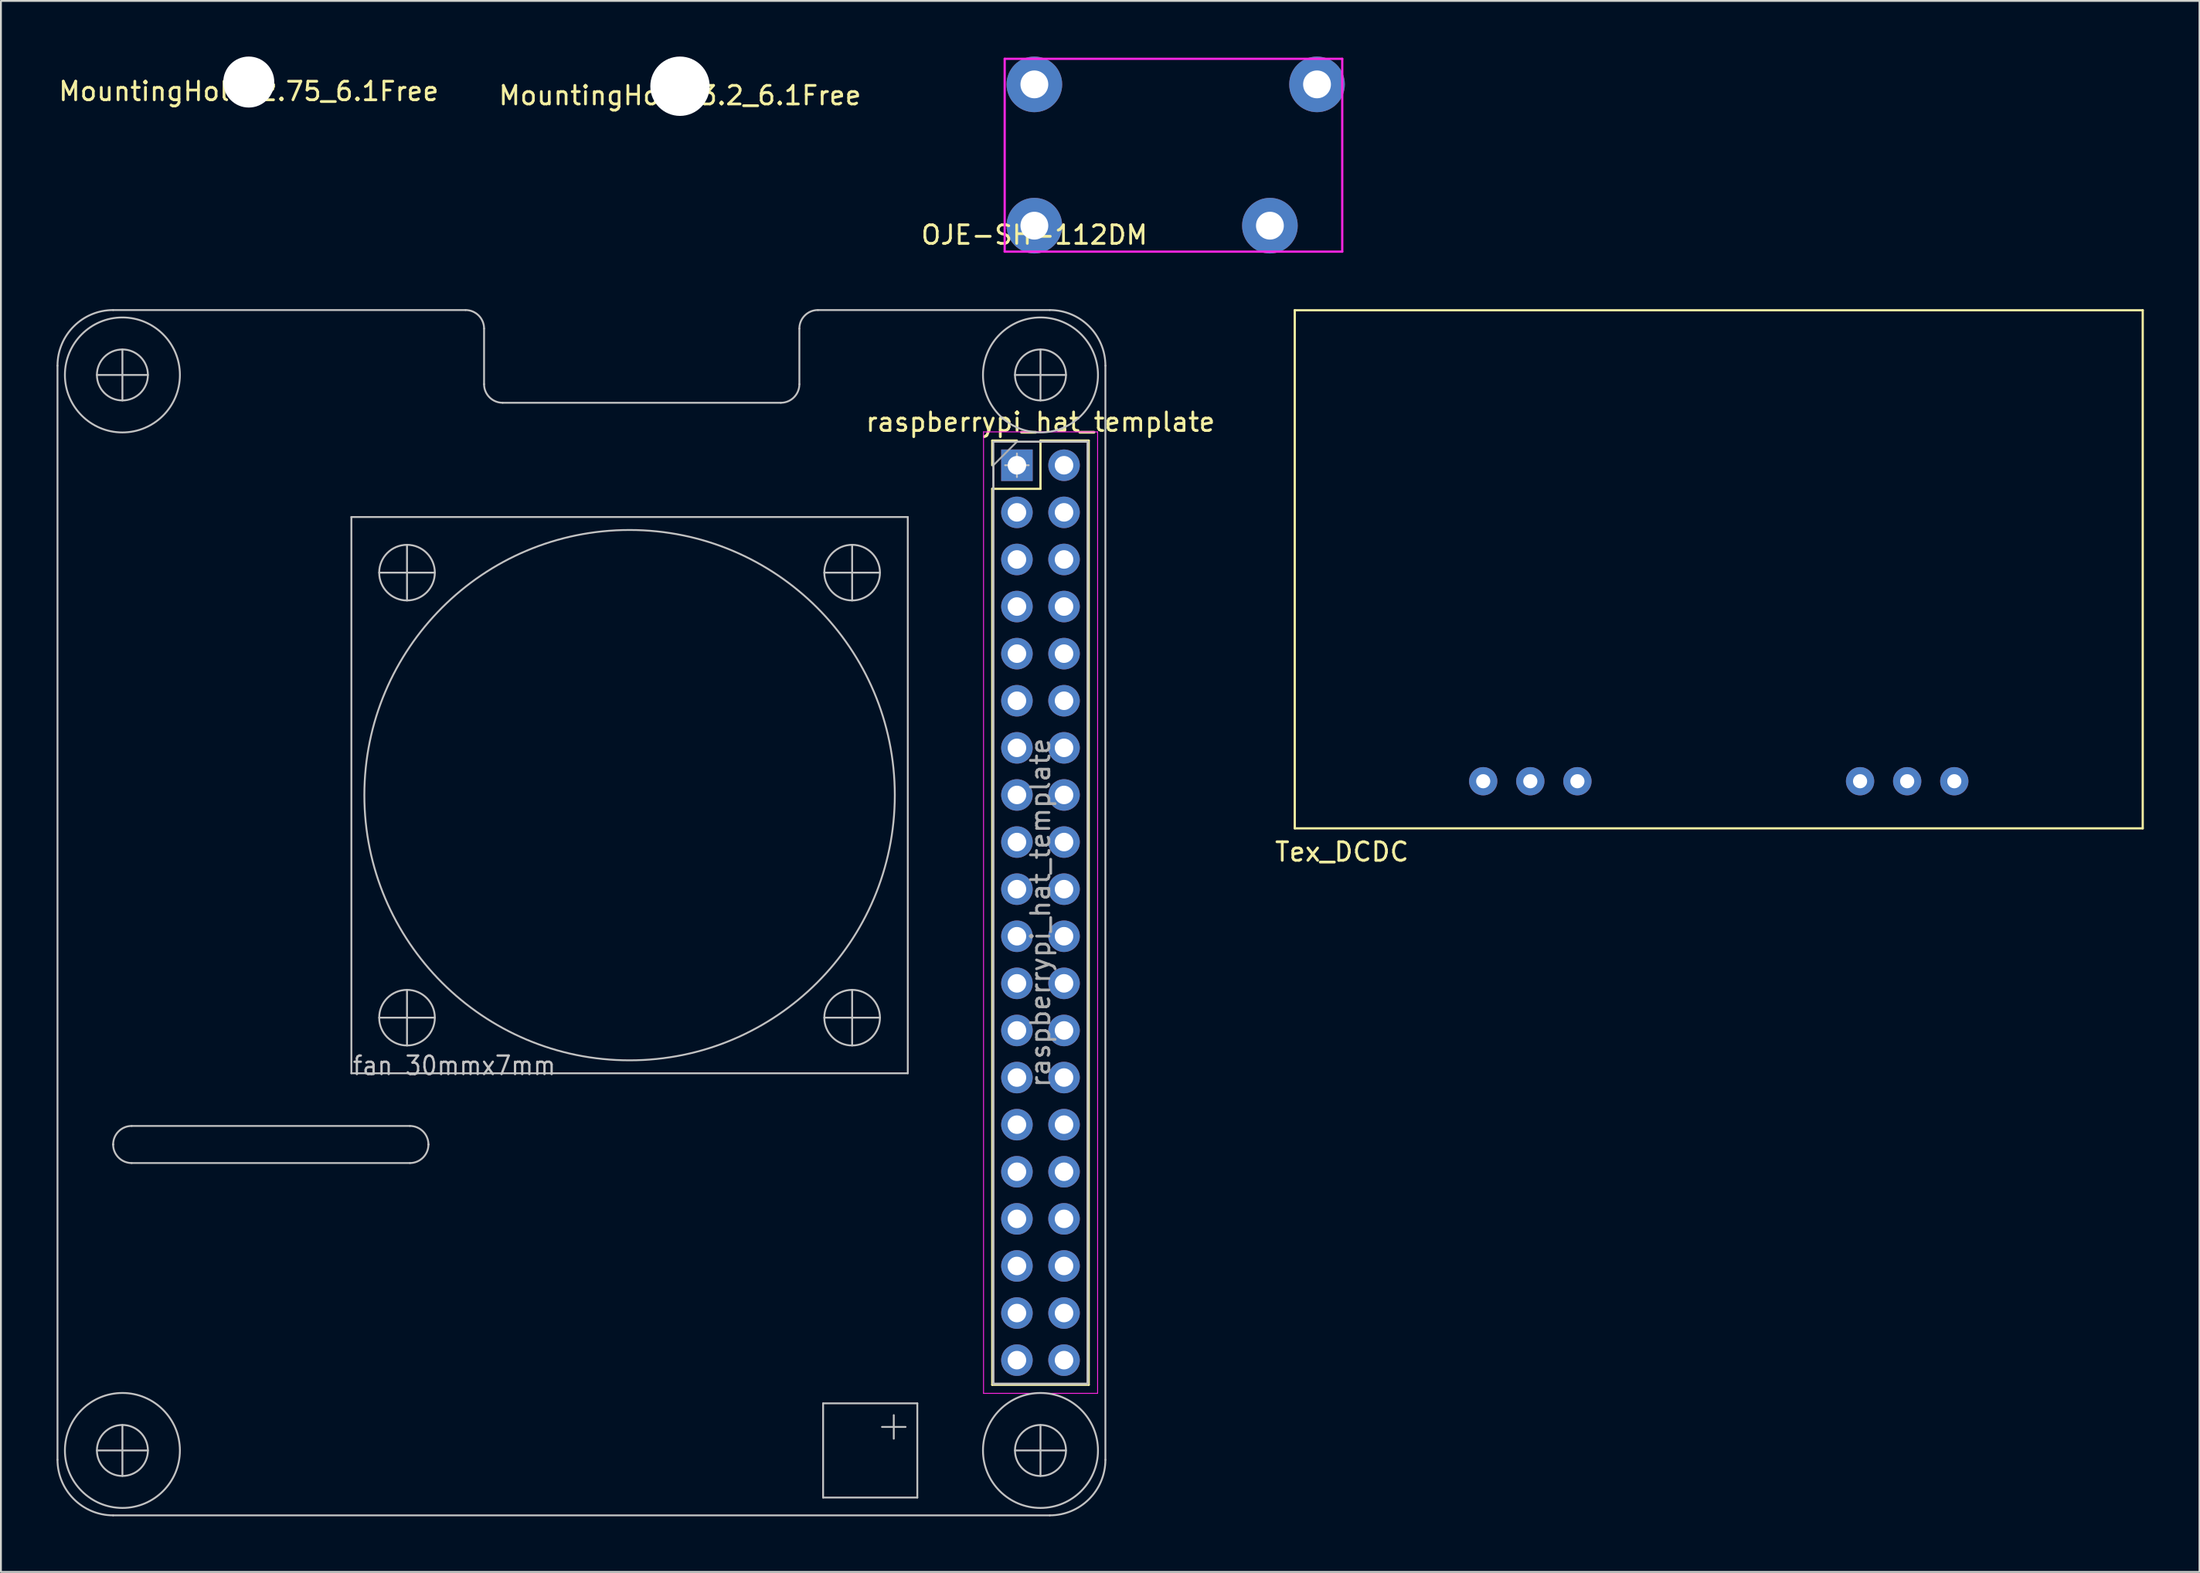
<source format=kicad_pcb>
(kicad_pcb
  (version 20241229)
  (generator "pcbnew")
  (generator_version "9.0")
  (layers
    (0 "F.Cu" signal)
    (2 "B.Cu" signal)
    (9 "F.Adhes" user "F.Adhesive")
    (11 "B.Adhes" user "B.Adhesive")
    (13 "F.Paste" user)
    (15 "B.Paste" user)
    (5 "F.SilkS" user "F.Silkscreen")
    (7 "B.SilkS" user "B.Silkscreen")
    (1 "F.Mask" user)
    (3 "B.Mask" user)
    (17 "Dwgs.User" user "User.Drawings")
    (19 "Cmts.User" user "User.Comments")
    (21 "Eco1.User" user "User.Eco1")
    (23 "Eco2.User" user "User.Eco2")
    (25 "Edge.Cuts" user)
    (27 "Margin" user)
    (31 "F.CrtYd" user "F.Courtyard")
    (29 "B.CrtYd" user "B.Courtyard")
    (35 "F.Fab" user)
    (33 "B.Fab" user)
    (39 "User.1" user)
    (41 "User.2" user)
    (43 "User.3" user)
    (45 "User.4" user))
  (footprint "Tex_DCDC"
    (layer "F.Cu")
    (at 89.62 39.08)
    (property "Reference" "Tex_DCDC" (at -20.32 3.81 0) (layer "F.SilkS") (effects (font (size 1 1) (thickness 0.15))))
    (attr through_hole)
    (fp_line (start -22.86 -25.4) (end -22.86 2.54) (stroke (width 0.12) (type solid)) (layer "F.SilkS"))
    (fp_line (start -22.86 2.54) (end 22.86 2.54) (stroke (width 0.12) (type solid)) (layer "F.SilkS"))
    (fp_line (start 22.86 -25.4) (end -22.86 -25.4) (stroke (width 0.12) (type solid)) (layer "F.SilkS"))
    (fp_line (start 22.86 2.54) (end 22.86 -25.4) (stroke (width 0.12) (type solid)) (layer "F.SilkS"))
    (pad "1" thru_hole circle (at -12.7 0) (size 1.524 1.524) (drill 0.762) (layers "*.Cu" "*.Mask"))
    (pad "2" thru_hole circle (at -10.16 0) (size 1.524 1.524) (drill 0.762) (layers "*.Cu" "*.Mask"))
    (pad "3" thru_hole circle (at -7.62 0) (size 1.524 1.524) (drill 0.762) (layers "*.Cu" "*.Mask"))
    (pad "4" thru_hole circle (at 7.62 0) (size 1.524 1.524) (drill 0.762) (layers "*.Cu" "*.Mask"))
    (pad "5" thru_hole circle (at 10.16 0) (size 1.524 1.524) (drill 0.762) (layers "*.Cu" "*.Mask"))
    (pad "6" thru_hole circle (at 12.7 0) (size 1.524 1.524) (drill 0.762) (layers "*.Cu" "*.Mask")))
  (footprint "MountingHole_2.75_6.1Free"
    (layer "F.Cu")
    (at 10.363 1.375)
    (property "Reference" "MountingHole_2.75_6.1Free" (at 0 0.5 0) (layer "F.SilkS") (effects (font (size 1 1) (thickness 0.15))))
    (attr through_hole)
    (pad "" np_thru_hole circle (at 0 0) (size 2.75 2.75) (drill 2.75) (layers "*.Cu" "*.Mask")))
  (footprint "MountingHole_3.2_6.1Free"
    (layer "F.Cu")
    (at 33.613 1.6)
    (property "Reference" "MountingHole_3.2_6.1Free" (at 0 0.5 0) (layer "F.SilkS") (effects (font (size 1 1) (thickness 0.15))))
    (attr through_hole)
    (pad "" np_thru_hole circle (at 0 0) (size 3.2 3.2) (drill 3.2) (layers "*.Cu" "*.Mask")))
  (footprint "raspberrypi_hat_template"
    (layer "F.Cu")
    (at 51.78 22.04)
    (property "Reference" "raspberrypi_hat_template" (at 1.27 -2.33 0) (layer "F.SilkS") (effects (font (size 1 1) (thickness 0.15))))
    (attr through_hole)
    (fp_line (start -1.33 -1.33) (end 0 -1.33) (stroke (width 0.12) (type solid)) (layer "F.SilkS"))
    (fp_line (start -1.33 0) (end -1.33 -1.33) (stroke (width 0.12) (type solid)) (layer "F.SilkS"))
    (fp_line (start -1.33 1.27) (end -1.33 49.59) (stroke (width 0.12) (type solid)) (layer "F.SilkS"))
    (fp_line (start -1.33 1.27) (end 1.27 1.27) (stroke (width 0.12) (type solid)) (layer "F.SilkS"))
    (fp_line (start -1.33 49.59) (end 3.87 49.59) (stroke (width 0.12) (type solid)) (layer "F.SilkS"))
    (fp_line (start 1.27 -1.33) (end 3.87 -1.33) (stroke (width 0.12) (type solid)) (layer "F.SilkS"))
    (fp_line (start 1.27 1.27) (end 1.27 -1.33) (stroke (width 0.12) (type solid)) (layer "F.SilkS"))
    (fp_line (start 3.87 -1.33) (end 3.87 49.59) (stroke (width 0.12) (type solid)) (layer "F.SilkS"))
    (fp_line (start -51.73 -5.37) (end -51.73 53.63) (stroke (width 0.1) (type solid)) (layer "Dwgs.User"))
    (fp_line (start -48.73 36.63) (end -48.73 36.63) (stroke (width 0.1) (type solid)) (layer "Dwgs.User"))
    (fp_line (start -48.73 56.63) (end 1.77 56.63) (stroke (width 0.1) (type solid)) (layer "Dwgs.User"))
    (fp_line (start -48.23 -3.495) (end -48.23 -6.245) (stroke (width 0.1) (type solid)) (layer "Dwgs.User"))
    (fp_line (start -48.23 54.505) (end -48.23 51.755) (stroke (width 0.1) (type solid)) (layer "Dwgs.User"))
    (fp_line (start -47.73 35.63) (end -32.73 35.63) (stroke (width 0.1) (type solid)) (layer "Dwgs.User"))
    (fp_line (start -46.855 -4.87) (end -49.605 -4.87) (stroke (width 0.1) (type solid)) (layer "Dwgs.User"))
    (fp_line (start -46.855 53.13) (end -49.605 53.13) (stroke (width 0.1) (type solid)) (layer "Dwgs.User"))
    (fp_line (start -35.885 2.791) (end -35.885 32.791) (stroke (width 0.1) (type solid)) (layer "Dwgs.User"))
    (fp_line (start -35.885 32.791) (end -5.885 32.791) (stroke (width 0.1) (type solid)) (layer "Dwgs.User"))
    (fp_line (start -34.385 5.791) (end -31.385 5.791) (stroke (width 0.1) (type solid)) (layer "Dwgs.User"))
    (fp_line (start -34.385 29.791) (end -31.385 29.791) (stroke (width 0.1) (type solid)) (layer "Dwgs.User"))
    (fp_line (start -32.885 7.291) (end -32.885 4.291) (stroke (width 0.1) (type solid)) (layer "Dwgs.User"))
    (fp_line (start -32.885 28.291) (end -32.885 31.291) (stroke (width 0.1) (type solid)) (layer "Dwgs.User"))
    (fp_line (start -32.73 37.63) (end -47.73 37.63) (stroke (width 0.1) (type solid)) (layer "Dwgs.User"))
    (fp_line (start -31.73 36.63) (end -31.73 36.63) (stroke (width 0.1) (type solid)) (layer "Dwgs.User"))
    (fp_line (start -29.73 -8.37) (end -48.73 -8.37) (stroke (width 0.1) (type solid)) (layer "Dwgs.User"))
    (fp_line (start -28.73 -4.37) (end -28.73 -7.37) (stroke (width 0.1) (type solid)) (layer "Dwgs.User"))
    (fp_line (start -12.73 -3.37) (end -27.73 -3.37) (stroke (width 0.1) (type solid)) (layer "Dwgs.User"))
    (fp_line (start -11.73 -7.37) (end -11.73 -4.37) (stroke (width 0.1) (type solid)) (layer "Dwgs.User"))
    (fp_line (start -10.45 50.59) (end -5.37 50.59) (stroke (width 0.1) (type solid)) (layer "Dwgs.User"))
    (fp_line (start -10.45 55.67) (end -10.45 50.59) (stroke (width 0.1) (type solid)) (layer "Dwgs.User"))
    (fp_line (start -10.385 5.791) (end -7.385 5.791) (stroke (width 0.1) (type solid)) (layer "Dwgs.User"))
    (fp_line (start -10.385 29.791) (end -7.385 29.791) (stroke (width 0.1) (type solid)) (layer "Dwgs.User"))
    (fp_line (start -8.885 4.291) (end -8.885 7.291) (stroke (width 0.1) (type solid)) (layer "Dwgs.User"))
    (fp_line (start -8.885 28.291) (end -8.885 31.291) (stroke (width 0.1) (type solid)) (layer "Dwgs.User"))
    (fp_line (start -7.275 51.86) (end -6.005 51.86) (stroke (width 0.1) (type solid)) (layer "Dwgs.User"))
    (fp_line (start -6.64 51.225) (end -6.64 52.495) (stroke (width 0.1) (type solid)) (layer "Dwgs.User"))
    (fp_line (start -5.885 2.791) (end -35.885 2.791) (stroke (width 0.1) (type solid)) (layer "Dwgs.User"))
    (fp_line (start -5.885 32.791) (end -5.885 2.791) (stroke (width 0.1) (type solid)) (layer "Dwgs.User"))
    (fp_line (start -5.37 50.59) (end -5.37 55.67) (stroke (width 0.1) (type solid)) (layer "Dwgs.User"))
    (fp_line (start -5.37 55.67) (end -10.45 55.67) (stroke (width 0.1) (type solid)) (layer "Dwgs.User"))
    (fp_line (start -1.27 -1.27) (end 3.81 -1.27) (stroke (width 0.1) (type solid)) (layer "Dwgs.User"))
    (fp_line (start -1.27 49.53) (end -1.27 -1.27) (stroke (width 0.1) (type solid)) (layer "Dwgs.User"))
    (fp_line (start -0.635 0) (end 0.635 0) (stroke (width 0.1) (type solid)) (layer "Dwgs.User"))
    (fp_line (start 0 -0.635) (end 0 0.635) (stroke (width 0.1) (type solid)) (layer "Dwgs.User"))
    (fp_line (start 1.27 -3.495) (end 1.27 -6.245) (stroke (width 0.1) (type solid)) (layer "Dwgs.User"))
    (fp_line (start 1.27 54.505) (end 1.27 51.755) (stroke (width 0.1) (type solid)) (layer "Dwgs.User"))
    (fp_line (start 1.77 -8.37) (end -10.73 -8.37) (stroke (width 0.1) (type solid)) (layer "Dwgs.User"))
    (fp_line (start 2.645 -4.87) (end -0.105 -4.87) (stroke (width 0.1) (type solid)) (layer "Dwgs.User"))
    (fp_line (start 2.645 53.13) (end -0.105 53.13) (stroke (width 0.1) (type solid)) (layer "Dwgs.User"))
    (fp_line (start 3.81 -1.27) (end 3.81 49.53) (stroke (width 0.1) (type solid)) (layer "Dwgs.User"))
    (fp_line (start 3.81 49.53) (end -1.27 49.53) (stroke (width 0.1) (type solid)) (layer "Dwgs.User"))
    (fp_line (start 4.77 53.63) (end 4.77 -5.37) (stroke (width 0.1) (type solid)) (layer "Dwgs.User"))
    (fp_arc (start -51.73 -5.37) (mid -50.85132 -7.49132) (end -48.73 -8.37) (stroke (width 0.1) (type solid)) (layer "Dwgs.User"))
    (fp_arc (start -48.73 36.63) (mid -48.437107 35.922893) (end -47.73 35.63) (stroke (width 0.1) (type solid)) (layer "Dwgs.User"))
    (fp_arc (start -48.73 56.63) (mid -50.85132 55.75132) (end -51.73 53.63) (stroke (width 0.1) (type solid)) (layer "Dwgs.User"))
    (fp_arc (start -47.73 37.63) (mid -48.437107 37.337107) (end -48.73 36.63) (stroke (width 0.1) (type solid)) (layer "Dwgs.User"))
    (fp_arc (start -32.73 35.63) (mid -32.022893 35.922893) (end -31.73 36.63) (stroke (width 0.1) (type solid)) (layer "Dwgs.User"))
    (fp_arc (start -31.73 36.63) (mid -32.022893 37.337107) (end -32.73 37.63) (stroke (width 0.1) (type solid)) (layer "Dwgs.User"))
    (fp_arc (start -29.73 -8.369999) (mid -29.022893 -8.077106) (end -28.73 -7.369999) (stroke (width 0.1) (type solid)) (layer "Dwgs.User"))
    (fp_arc (start -27.73 -3.369999) (mid -28.437107 -3.662892) (end -28.73 -4.369999) (stroke (width 0.1) (type solid)) (layer "Dwgs.User"))
    (fp_arc (start -11.73 -7.369999) (mid -11.437107 -8.077106) (end -10.73 -8.369999) (stroke (width 0.1) (type solid)) (layer "Dwgs.User"))
    (fp_arc (start -11.73 -4.369999) (mid -12.022893 -3.662892) (end -12.73 -3.369999) (stroke (width 0.1) (type solid)) (layer "Dwgs.User"))
    (fp_arc (start 1.769999 -8.369999) (mid 3.891319 -7.491319) (end 4.769999 -5.369999) (stroke (width 0.1) (type solid)) (layer "Dwgs.User"))
    (fp_arc (start 4.769999 53.63) (mid 3.891319 55.75132) (end 1.769999 56.63) (stroke (width 0.1) (type solid)) (layer "Dwgs.User"))
    (fp_circle (center -48.23 -4.87) (end -46.855 -4.87) (stroke (width 0.1) (type solid)) (fill no) (layer "Dwgs.User"))
    (fp_circle (center -48.23 -4.87) (end -45.13 -4.87) (stroke (width 0.1) (type solid)) (fill no) (layer "Dwgs.User"))
    (fp_circle (center -48.23 53.13) (end -46.855 53.13) (stroke (width 0.1) (type solid)) (fill no) (layer "Dwgs.User"))
    (fp_circle (center -48.23 53.13) (end -45.13 53.13) (stroke (width 0.1) (type solid)) (fill no) (layer "Dwgs.User"))
    (fp_circle (center -32.885 5.791) (end -31.385 5.791) (stroke (width 0.1) (type solid)) (fill no) (layer "Dwgs.User"))
    (fp_circle (center -32.885 29.791) (end -31.385 29.791) (stroke (width 0.1) (type solid)) (fill no) (layer "Dwgs.User"))
    (fp_circle (center -20.885 17.791) (end -6.585 17.791) (stroke (width 0.1) (type solid)) (fill no) (layer "Dwgs.User"))
    (fp_circle (center -8.885 5.791) (end -7.385 5.791) (stroke (width 0.1) (type solid)) (fill no) (layer "Dwgs.User"))
    (fp_circle (center -8.885 29.791) (end -7.385 29.791) (stroke (width 0.1) (type solid)) (fill no) (layer "Dwgs.User"))
    (fp_circle (center 1.27 -4.87) (end 2.645 -4.87) (stroke (width 0.1) (type solid)) (fill no) (layer "Dwgs.User"))
    (fp_circle (center 1.27 -4.87) (end 4.37 -4.87) (stroke (width 0.1) (type solid)) (fill no) (layer "Dwgs.User"))
    (fp_circle (center 1.27 53.13) (end 2.645 53.13) (stroke (width 0.1) (type solid)) (fill no) (layer "Dwgs.User"))
    (fp_circle (center 1.27 53.13) (end 4.37 53.13) (stroke (width 0.1) (type solid)) (fill no) (layer "Dwgs.User"))
    (fp_line (start -1.8 -1.8) (end -1.8 50.05) (stroke (width 0.05) (type solid)) (layer "F.CrtYd"))
    (fp_line (start -1.8 50.05) (end 4.35 50.05) (stroke (width 0.05) (type solid)) (layer "F.CrtYd"))
    (fp_line (start 4.35 -1.8) (end -1.8 -1.8) (stroke (width 0.05) (type solid)) (layer "F.CrtYd"))
    (fp_line (start 4.35 50.05) (end 4.35 -1.8) (stroke (width 0.05) (type solid)) (layer "F.CrtYd"))
    (fp_line (start -1.27 0) (end 0 -1.27) (stroke (width 0.1) (type solid)) (layer "F.Fab"))
    (fp_line (start -1.27 49.53) (end -1.27 0) (stroke (width 0.1) (type solid)) (layer "F.Fab"))
    (fp_line (start 0 -1.27) (end 3.81 -1.27) (stroke (width 0.1) (type solid)) (layer "F.Fab"))
    (fp_line (start 3.81 -1.27) (end 3.81 49.53) (stroke (width 0.1) (type solid)) (layer "F.Fab"))
    (fp_line (start 3.81 49.53) (end -1.27 49.53) (stroke (width 0.1) (type solid)) (layer "F.Fab"))
    (fp_text user "fan 30mmx7mm" (at -35.885 31.791 0) (layer "Dwgs.User") (effects (font (size 1 0.9) (thickness 0.125)) (justify left top)))
    (fp_text user "${REFERENCE}" (at 1.27 24.13 90) (layer "F.Fab") (effects (font (size 1 1) (thickness 0.15))))
    (pad "1" thru_hole rect (at 0 0) (size 1.7 1.7) (drill 1) (layers "*.Cu" "*.Mask"))
    (pad "2" thru_hole oval (at 2.54 0) (size 1.7 1.7) (drill 1) (layers "*.Cu" "*.Mask"))
    (pad "3" thru_hole oval (at 0 2.54) (size 1.7 1.7) (drill 1) (layers "*.Cu" "*.Mask"))
    (pad "4" thru_hole oval (at 2.54 2.54) (size 1.7 1.7) (drill 1) (layers "*.Cu" "*.Mask"))
    (pad "5" thru_hole oval (at 0 5.08) (size 1.7 1.7) (drill 1) (layers "*.Cu" "*.Mask"))
    (pad "6" thru_hole oval (at 2.54 5.08) (size 1.7 1.7) (drill 1) (layers "*.Cu" "*.Mask"))
    (pad "7" thru_hole oval (at 0 7.62) (size 1.7 1.7) (drill 1) (layers "*.Cu" "*.Mask"))
    (pad "8" thru_hole oval (at 2.54 7.62) (size 1.7 1.7) (drill 1) (layers "*.Cu" "*.Mask"))
    (pad "9" thru_hole oval (at 0 10.16) (size 1.7 1.7) (drill 1) (layers "*.Cu" "*.Mask"))
    (pad "10" thru_hole oval (at 2.54 10.16) (size 1.7 1.7) (drill 1) (layers "*.Cu" "*.Mask"))
    (pad "11" thru_hole oval (at 0 12.7) (size 1.7 1.7) (drill 1) (layers "*.Cu" "*.Mask"))
    (pad "12" thru_hole oval (at 2.54 12.7) (size 1.7 1.7) (drill 1) (layers "*.Cu" "*.Mask"))
    (pad "13" thru_hole oval (at 0 15.24) (size 1.7 1.7) (drill 1) (layers "*.Cu" "*.Mask"))
    (pad "14" thru_hole oval (at 2.54 15.24) (size 1.7 1.7) (drill 1) (layers "*.Cu" "*.Mask"))
    (pad "15" thru_hole oval (at 0 17.78) (size 1.7 1.7) (drill 1) (layers "*.Cu" "*.Mask"))
    (pad "16" thru_hole oval (at 2.54 17.78) (size 1.7 1.7) (drill 1) (layers "*.Cu" "*.Mask"))
    (pad "17" thru_hole oval (at 0 20.32) (size 1.7 1.7) (drill 1) (layers "*.Cu" "*.Mask"))
    (pad "18" thru_hole oval (at 2.54 20.32) (size 1.7 1.7) (drill 1) (layers "*.Cu" "*.Mask"))
    (pad "19" thru_hole oval (at 0 22.86) (size 1.7 1.7) (drill 1) (layers "*.Cu" "*.Mask"))
    (pad "20" thru_hole oval (at 2.54 22.86) (size 1.7 1.7) (drill 1) (layers "*.Cu" "*.Mask"))
    (pad "21" thru_hole oval (at 0 25.4) (size 1.7 1.7) (drill 1) (layers "*.Cu" "*.Mask"))
    (pad "22" thru_hole oval (at 2.54 25.4) (size 1.7 1.7) (drill 1) (layers "*.Cu" "*.Mask"))
    (pad "23" thru_hole oval (at 0 27.94) (size 1.7 1.7) (drill 1) (layers "*.Cu" "*.Mask"))
    (pad "24" thru_hole oval (at 2.54 27.94) (size 1.7 1.7) (drill 1) (layers "*.Cu" "*.Mask"))
    (pad "25" thru_hole oval (at 0 30.48) (size 1.7 1.7) (drill 1) (layers "*.Cu" "*.Mask"))
    (pad "26" thru_hole oval (at 2.54 30.48) (size 1.7 1.7) (drill 1) (layers "*.Cu" "*.Mask"))
    (pad "27" thru_hole oval (at 0 33.02) (size 1.7 1.7) (drill 1) (layers "*.Cu" "*.Mask"))
    (pad "28" thru_hole oval (at 2.54 33.02) (size 1.7 1.7) (drill 1) (layers "*.Cu" "*.Mask"))
    (pad "29" thru_hole oval (at 0 35.56) (size 1.7 1.7) (drill 1) (layers "*.Cu" "*.Mask"))
    (pad "30" thru_hole oval (at 2.54 35.56) (size 1.7 1.7) (drill 1) (layers "*.Cu" "*.Mask"))
    (pad "31" thru_hole oval (at 0 38.1) (size 1.7 1.7) (drill 1) (layers "*.Cu" "*.Mask"))
    (pad "32" thru_hole oval (at 2.54 38.1) (size 1.7 1.7) (drill 1) (layers "*.Cu" "*.Mask"))
    (pad "33" thru_hole oval (at 0 40.64) (size 1.7 1.7) (drill 1) (layers "*.Cu" "*.Mask"))
    (pad "34" thru_hole oval (at 2.54 40.64) (size 1.7 1.7) (drill 1) (layers "*.Cu" "*.Mask"))
    (pad "35" thru_hole oval (at 0 43.18) (size 1.7 1.7) (drill 1) (layers "*.Cu" "*.Mask"))
    (pad "36" thru_hole oval (at 2.54 43.18) (size 1.7 1.7) (drill 1) (layers "*.Cu" "*.Mask"))
    (pad "37" thru_hole oval (at 0 45.72) (size 1.7 1.7) (drill 1) (layers "*.Cu" "*.Mask"))
    (pad "38" thru_hole oval (at 2.54 45.72) (size 1.7 1.7) (drill 1) (layers "*.Cu" "*.Mask"))
    (pad "39" thru_hole oval (at 0 48.26) (size 1.7 1.7) (drill 1) (layers "*.Cu" "*.Mask"))
    (pad "40" thru_hole oval (at 2.54 48.26) (size 1.7 1.7) (drill 1) (layers "*.Cu" "*.Mask")))
  (footprint "OJE-SH-112DM"
    (layer "F.Cu")
    (at 52.72 9.12)
    (property "Reference" "OJE-SH-112DM" (at 0 0.5 0) (layer "F.SilkS") (effects (font (size 1 1) (thickness 0.15))))
    (attr through_hole)
    (fp_line (start -1.6 -9) (end -1.6 1.4) (stroke (width 0.12) (type solid)) (layer "F.CrtYd"))
    (fp_line (start -1.6 1.4) (end 16.6 1.4) (stroke (width 0.12) (type solid)) (layer "F.CrtYd"))
    (fp_line (start 16.6 -9) (end -1.6 -9) (stroke (width 0.12) (type solid)) (layer "F.CrtYd"))
    (fp_line (start 16.6 1.4) (end 16.6 -9) (stroke (width 0.12) (type solid)) (layer "F.CrtYd"))
    (pad "1" thru_hole circle (at 0 0) (size 3 3) (drill 1.5) (layers "*.Cu" "*.Mask"))
    (pad "2" thru_hole circle (at 0 -7.62) (size 3 3) (drill 1.5) (layers "*.Cu" "*.Mask"))
    (pad "3" thru_hole circle (at 12.7 0) (size 3 3) (drill 1.5) (layers "*.Cu" "*.Mask"))
    (pad "4" thru_hole circle (at 15.24 -7.62) (size 3 3) (drill 1.5) (layers "*.Cu" "*.Mask")))
  (gr_rect
    (start -3 -3)
    (end 115.54 81.72)
    (stroke (width 0.1) (type default))
    (fill no)
    (layer "Edge.Cuts")))
</source>
